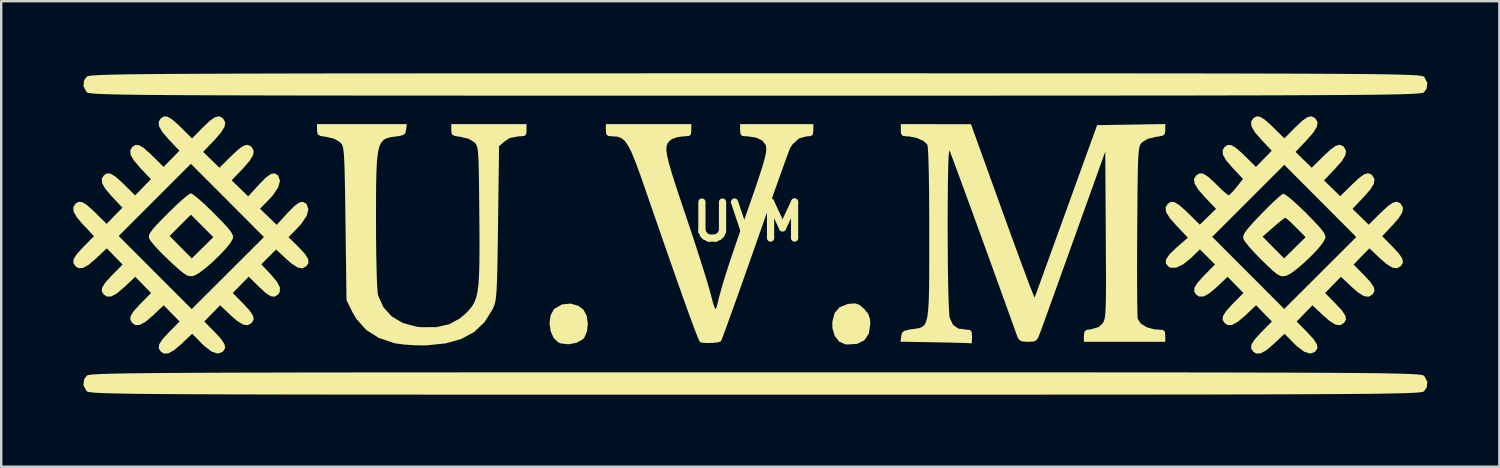
<source format=kicad_pcb>
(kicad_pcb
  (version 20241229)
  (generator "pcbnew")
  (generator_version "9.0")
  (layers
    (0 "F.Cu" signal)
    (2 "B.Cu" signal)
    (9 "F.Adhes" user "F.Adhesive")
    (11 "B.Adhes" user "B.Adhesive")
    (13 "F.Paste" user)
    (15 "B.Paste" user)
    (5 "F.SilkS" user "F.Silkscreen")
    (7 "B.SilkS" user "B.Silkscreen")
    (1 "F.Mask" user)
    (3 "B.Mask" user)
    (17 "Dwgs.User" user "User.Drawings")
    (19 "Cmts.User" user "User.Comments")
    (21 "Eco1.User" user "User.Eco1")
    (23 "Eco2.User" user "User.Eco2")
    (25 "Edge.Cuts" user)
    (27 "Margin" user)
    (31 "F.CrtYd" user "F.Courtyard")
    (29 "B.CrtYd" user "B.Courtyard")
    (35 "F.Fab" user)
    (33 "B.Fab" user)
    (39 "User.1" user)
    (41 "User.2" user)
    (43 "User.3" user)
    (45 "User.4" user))
  (footprint "UVM"
    (layer "F.Cu")
    (at 28.094 6.181)
    (property "Reference" "UVM" (at 0 0 0) (layer "F.SilkS") (effects (font (size 1.5 1.5) (thickness 0.3))))
    (attr board_only exclude_from_pos_files exclude_from_bom)
    (fp_poly (pts (xy -7.074 3.497) (xy -6.86 3.658) (xy -6.728 3.902) (xy -6.678 4.221) (xy -6.708 4.547) (xy -6.817 4.814) (xy -6.879 4.886) (xy -7.149 5.037) (xy -7.487 5.099) (xy -7.811 5.061) (xy -7.907 5.021) (xy -8.106 4.83) (xy -8.229 4.541) (xy -8.272 4.209) (xy -8.226 3.89) (xy -8.087 3.64) (xy -8.063 3.617) (xy -7.756 3.443) (xy -7.409 3.403)) (stroke (width 0) (type solid)) (fill yes) (layer "F.SilkS"))
    (fp_poly (pts (xy 4.632 3.459) (xy 4.822 3.624) (xy 4.996 3.835) (xy 5.069 4.058) (xy 5.08 4.264) (xy 5.018 4.655) (xy 4.834 4.929) (xy 4.535 5.081) (xy 4.126 5.108) (xy 4.038 5.099) (xy 3.784 4.987) (xy 3.599 4.75) (xy 3.502 4.425) (xy 3.5 4.16) (xy 3.596 3.795) (xy 3.803 3.554) (xy 4.134 3.425) (xy 4.217 3.412) (xy 4.459 3.398)) (stroke (width 0) (type solid)) (fill yes) (layer "F.SilkS"))
    (fp_poly (pts (xy -23.094 -1.128) (xy -22.898 -0.971) (xy -22.635 -0.735) (xy -22.331 -0.444) (xy -22.233 -0.347) (xy -21.894 -0.001) (xy -21.662 0.25) (xy -21.521 0.431) (xy -21.453 0.561) (xy -21.443 0.663) (xy -21.449 0.69) (xy -21.544 0.868) (xy -21.742 1.114) (xy -22.007 1.397) (xy -22.306 1.684) (xy -22.605 1.943) (xy -22.87 2.14) (xy -23.066 2.245) (xy -23.09 2.252) (xy -23.213 2.266) (xy -23.33 2.244) (xy -23.469 2.168) (xy -23.658 2.019) (xy -23.924 1.78) (xy -24.119 1.597) (xy -24.419 1.306) (xy -24.674 1.037) (xy -24.856 0.822) (xy -24.938 0.69) (xy -24.948 0.595) (xy -24.947 0.591) (xy -24.084 0.591) (xy -23.623 1.058) (xy -23.162 1.524) (xy -22.714 1.082) (xy -22.265 0.639) (xy -22.732 0.172) (xy -23.199 -0.294) (xy -23.641 0.148) (xy -24.084 0.591) (xy -24.947 0.591) (xy -24.91 0.484) (xy -24.807 0.334) (xy -24.622 0.123) (xy -24.338 -0.171) (xy -24.164 -0.347) (xy -23.852 -0.651) (xy -23.574 -0.906) (xy -23.355 -1.089) (xy -23.219 -1.18) (xy -23.199 -1.185)) (stroke (width 0) (type solid)) (fill yes) (layer "F.SilkS"))
    (fp_poly (pts (xy 22.37 -1.118) (xy 22.565 -0.968) (xy 22.826 -0.739) (xy 23.129 -0.451) (xy 23.231 -0.35) (xy 23.571 -0.003) (xy 23.803 0.249) (xy 23.945 0.43) (xy 24.012 0.56) (xy 24.023 0.663) (xy 24.017 0.69) (xy 23.921 0.869) (xy 23.723 1.116) (xy 23.457 1.399) (xy 23.157 1.686) (xy 22.858 1.945) (xy 22.593 2.142) (xy 22.396 2.246) (xy 22.374 2.252) (xy 22.249 2.268) (xy 22.133 2.247) (xy 21.998 2.17) (xy 21.816 2.021) (xy 21.559 1.779) (xy 21.376 1.601) (xy 21.087 1.307) (xy 20.844 1.037) (xy 20.674 0.823) (xy 20.604 0.699) (xy 20.602 0.617) (xy 21.408 0.617) (xy 21.856 1.071) (xy 22.304 1.524) (xy 22.751 1.083) (xy 23.199 0.641) (xy 22.8 0.236) (xy 22.592 0.031) (xy 22.431 -0.114) (xy 22.354 -0.169) (xy 22.271 -0.118) (xy 22.099 0.018) (xy 21.873 0.21) (xy 21.857 0.224) (xy 21.408 0.617) (xy 20.602 0.617) (xy 20.602 0.598) (xy 20.656 0.471) (xy 20.782 0.296) (xy 20.997 0.051) (xy 21.316 -0.288) (xy 21.347 -0.32) (xy 21.649 -0.626) (xy 21.918 -0.883) (xy 22.128 -1.07) (xy 22.253 -1.162) (xy 22.267 -1.167)) (stroke (width 0) (type solid)) (fill yes) (layer "F.SilkS"))
    (fp_poly (pts (xy -2.371 -3.81) (xy -2.385 -3.644) (xy -2.462 -3.572) (xy -2.652 -3.556) (xy -2.69 -3.556) (xy -2.954 -3.523) (xy -3.171 -3.442) (xy -3.189 -3.431) (xy -3.29 -3.35) (xy -3.362 -3.257) (xy -3.402 -3.135) (xy -3.407 -2.967) (xy -3.373 -2.735) (xy -3.298 -2.423) (xy -3.179 -2.013) (xy -3.012 -1.488) (xy -2.794 -0.832) (xy -2.623 -0.325) (xy -2.4 0.341) (xy -2.185 0.993) (xy -1.988 1.605) (xy -1.816 2.148) (xy -1.68 2.595) (xy -1.587 2.918) (xy -1.568 2.989) (xy -1.476 3.342) (xy -1.412 3.549) (xy -1.368 3.628) (xy -1.334 3.599) (xy -1.308 3.514) (xy -1.212 3.132) (xy -1.109 2.756) (xy -0.991 2.358) (xy -0.85 1.912) (xy -0.678 1.393) (xy -0.466 0.772) (xy -0.205 0.026) (xy -0.142 -0.155) (xy 0.12 -0.901) (xy 0.328 -1.504) (xy 0.488 -1.984) (xy 0.606 -2.356) (xy 0.685 -2.638) (xy 0.732 -2.847) (xy 0.75 -3) (xy 0.745 -3.116) (xy 0.726 -3.197) (xy 0.587 -3.378) (xy 0.325 -3.504) (xy -0.017 -3.556) (xy -0.046 -3.556) (xy -0.244 -3.571) (xy -0.324 -3.645) (xy -0.339 -3.81) (xy -0.339 -4.064) (xy 1.185 -4.064) (xy 2.709 -4.064) (xy 2.709 -3.81) (xy 2.691 -3.636) (xy 2.603 -3.567) (xy 2.428 -3.556) (xy 2.121 -3.474) (xy 1.852 -3.234) (xy 1.74 -3.065) (xy 1.701 -2.965) (xy 1.611 -2.721) (xy 1.476 -2.349) (xy 1.303 -1.865) (xy 1.096 -1.284) (xy 0.862 -0.622) (xy 0.606 0.104) (xy 0.333 0.88) (xy 0.297 0.984) (xy 0.023 1.763) (xy -0.235 2.493) (xy -0.471 3.158) (xy -0.681 3.743) (xy -0.857 4.233) (xy -0.996 4.611) (xy -1.09 4.863) (xy -1.136 4.973) (xy -1.138 4.976) (xy -1.258 5.016) (xy -1.476 5.041) (xy -1.722 5.047) (xy -1.926 5.032) (xy -2.006 5.008) (xy -2.052 4.925) (xy -2.143 4.707) (xy -2.28 4.351) (xy -2.463 3.854) (xy -2.693 3.213) (xy -2.973 2.424) (xy -3.302 1.485) (xy -3.682 0.393) (xy -4.115 -0.855) (xy -4.287 -1.355) (xy -4.517 -2.012) (xy -4.707 -2.524) (xy -4.868 -2.911) (xy -5.011 -3.188) (xy -5.146 -3.373) (xy -5.284 -3.485) (xy -5.436 -3.54) (xy -5.612 -3.556) (xy -5.635 -3.556) (xy -5.832 -3.571) (xy -5.912 -3.645) (xy -5.927 -3.81) (xy -5.927 -4.064) (xy -4.149 -4.064) (xy -2.371 -4.064)) (stroke (width 0) (type solid)) (fill yes) (layer "F.SilkS"))
    (fp_poly (pts (xy -14.24 -3.831) (xy -14.276 -3.684) (xy -14.372 -3.606) (xy -14.578 -3.562) (xy -14.647 -3.554) (xy -14.858 -3.526) (xy -15.03 -3.485) (xy -15.168 -3.416) (xy -15.275 -3.302) (xy -15.356 -3.129) (xy -15.414 -2.879) (xy -15.453 -2.538) (xy -15.476 -2.089) (xy -15.489 -1.517) (xy -15.493 -0.806) (xy -15.494 -0.024) (xy -15.491 0.708) (xy -15.483 1.377) (xy -15.471 1.963) (xy -15.456 2.445) (xy -15.437 2.805) (xy -15.416 3.021) (xy -15.408 3.058) (xy -15.19 3.55) (xy -14.843 3.937) (xy -14.38 4.212) (xy -13.812 4.366) (xy -13.604 4.388) (xy -12.976 4.384) (xy -12.454 4.266) (xy -12.007 4.025) (xy -11.769 3.823) (xy -11.62 3.672) (xy -11.498 3.522) (xy -11.401 3.357) (xy -11.325 3.158) (xy -11.268 2.908) (xy -11.228 2.588) (xy -11.203 2.182) (xy -11.19 1.671) (xy -11.186 1.038) (xy -11.189 0.265) (xy -11.194 -0.324) (xy -11.201 -1.087) (xy -11.208 -1.699) (xy -11.216 -2.178) (xy -11.227 -2.542) (xy -11.242 -2.809) (xy -11.261 -2.997) (xy -11.287 -3.125) (xy -11.321 -3.21) (xy -11.363 -3.271) (xy -11.399 -3.309) (xy -11.64 -3.454) (xy -11.971 -3.534) (xy -12.209 -3.57) (xy -12.324 -3.628) (xy -12.359 -3.742) (xy -12.361 -3.821) (xy -12.361 -4.064) (xy -10.795 -4.064) (xy -9.229 -4.064) (xy -9.229 -3.81) (xy -9.242 -3.646) (xy -9.316 -3.574) (xy -9.498 -3.556) (xy -9.563 -3.556) (xy -9.919 -3.489) (xy -10.134 -3.352) (xy -10.372 -3.148) (xy -10.414 0.056) (xy -10.425 0.88) (xy -10.436 1.552) (xy -10.447 2.091) (xy -10.46 2.514) (xy -10.475 2.839) (xy -10.494 3.084) (xy -10.518 3.268) (xy -10.548 3.407) (xy -10.586 3.519) (xy -10.632 3.623) (xy -10.64 3.641) (xy -10.971 4.171) (xy -11.402 4.581) (xy -11.94 4.877) (xy -12.596 5.062) (xy -13.378 5.142) (xy -13.504 5.145) (xy -13.918 5.138) (xy -14.331 5.109) (xy -14.67 5.064) (xy -14.732 5.051) (xy -15.377 4.834) (xy -15.899 4.503) (xy -16.304 4.054) (xy -16.484 3.743) (xy -16.722 3.26) (xy -16.764 0.066) (xy -16.775 -0.754) (xy -16.785 -1.421) (xy -16.796 -1.953) (xy -16.808 -2.365) (xy -16.822 -2.676) (xy -16.839 -2.902) (xy -16.862 -3.059) (xy -16.89 -3.165) (xy -16.925 -3.236) (xy -16.968 -3.29) (xy -16.987 -3.309) (xy -17.227 -3.454) (xy -17.559 -3.534) (xy -17.797 -3.57) (xy -17.912 -3.628) (xy -17.947 -3.742) (xy -17.949 -3.821) (xy -17.949 -4.064) (xy -16.081 -4.064) (xy -14.213 -4.064)) (stroke (width 0) (type solid)) (fill yes) (layer "F.SilkS"))
    (fp_poly (pts (xy 2.881 -6.181) (xy 5.287 -6.181) (xy 7.535 -6.18) (xy 9.63 -6.18) (xy 11.577 -6.18) (xy 13.382 -6.179) (xy 15.05 -6.178) (xy 16.587 -6.177) (xy 17.997 -6.176) (xy 19.287 -6.174) (xy 20.463 -6.172) (xy 21.528 -6.169) (xy 22.489 -6.167) (xy 23.352 -6.163) (xy 24.121 -6.16) (xy 24.802 -6.155) (xy 25.4 -6.151) (xy 25.921 -6.146) (xy 26.371 -6.14) (xy 26.754 -6.133) (xy 27.077 -6.126) (xy 27.344 -6.118) (xy 27.561 -6.11) (xy 27.734 -6.101) (xy 27.867 -6.091) (xy 27.966 -6.08) (xy 28.038 -6.069) (xy 28.086 -6.056) (xy 28.117 -6.043) (xy 28.136 -6.029) (xy 28.139 -6.026) (xy 28.265 -5.784) (xy 28.235 -5.539) (xy 28.124 -5.389) (xy 28.101 -5.376) (xy 28.059 -5.364) (xy 27.993 -5.353) (xy 27.897 -5.342) (xy 27.766 -5.332) (xy 27.594 -5.323) (xy 27.376 -5.315) (xy 27.107 -5.307) (xy 26.78 -5.3) (xy 26.392 -5.293) (xy 25.936 -5.287) (xy 25.408 -5.282) (xy 24.8 -5.277) (xy 24.11 -5.273) (xy 23.33 -5.269) (xy 22.456 -5.265) (xy 21.482 -5.262) (xy 20.402 -5.26) (xy 19.212 -5.257) (xy 17.906 -5.255) (xy 16.479 -5.254) (xy 14.925 -5.253) (xy 13.239 -5.252) (xy 11.415 -5.251) (xy 9.449 -5.25) (xy 7.334 -5.25) (xy 5.065 -5.25) (xy 2.638 -5.249) (xy 0.282 -5.249) (xy -2.289 -5.249) (xy -4.695 -5.249) (xy -6.943 -5.25) (xy -9.037 -5.25) (xy -10.984 -5.25) (xy -12.789 -5.251) (xy -14.457 -5.252) (xy -15.994 -5.253) (xy -17.405 -5.254) (xy -18.695 -5.256) (xy -19.87 -5.258) (xy -20.935 -5.261) (xy -21.897 -5.263) (xy -22.759 -5.267) (xy -23.528 -5.27) (xy -24.209 -5.275) (xy -24.807 -5.279) (xy -25.329 -5.284) (xy -25.778 -5.29) (xy -26.162 -5.297) (xy -26.484 -5.304) (xy -26.751 -5.312) (xy -26.968 -5.32) (xy -27.141 -5.329) (xy -27.274 -5.339) (xy -27.374 -5.35) (xy -27.445 -5.361) (xy -27.493 -5.374) (xy -27.524 -5.387) (xy -27.543 -5.401) (xy -27.546 -5.404) (xy -27.672 -5.646) (xy -27.643 -5.891) (xy -27.531 -6.041) (xy -27.509 -6.054) (xy -27.467 -6.066) (xy -27.401 -6.077) (xy -27.305 -6.088) (xy -27.173 -6.098) (xy -27.001 -6.107) (xy -26.783 -6.115) (xy -26.514 -6.123) (xy -26.188 -6.13) (xy -25.799 -6.137) (xy -25.344 -6.143) (xy -24.815 -6.148) (xy -24.208 -6.153) (xy -23.517 -6.157) (xy -22.737 -6.161) (xy -21.863 -6.165) (xy -20.889 -6.168) (xy -19.81 -6.17) (xy -18.62 -6.173) (xy -17.314 -6.175) (xy -15.886 -6.176) (xy -14.332 -6.177) (xy -12.646 -6.178) (xy -10.822 -6.179) (xy -8.856 -6.18) (xy -6.741 -6.18) (xy -4.473 -6.18) (xy -2.045 -6.181) (xy 0.311 -6.181)) (stroke (width 0) (type solid)) (fill yes) (layer "F.SilkS"))
    (fp_poly (pts (xy 2.881 6.265) (xy 5.287 6.265) (xy 7.535 6.266) (xy 9.63 6.266) (xy 11.577 6.266) (xy 13.382 6.267) (xy 15.05 6.268) (xy 16.587 6.269) (xy 17.997 6.27) (xy 19.287 6.272) (xy 20.463 6.274) (xy 21.528 6.277) (xy 22.489 6.279) (xy 23.352 6.283) (xy 24.121 6.286) (xy 24.802 6.291) (xy 25.4 6.295) (xy 25.921 6.3) (xy 26.371 6.306) (xy 26.754 6.313) (xy 27.077 6.32) (xy 27.344 6.328) (xy 27.561 6.336) (xy 27.734 6.345) (xy 27.867 6.355) (xy 27.966 6.366) (xy 28.038 6.377) (xy 28.086 6.39) (xy 28.117 6.403) (xy 28.136 6.417) (xy 28.139 6.42) (xy 28.265 6.662) (xy 28.235 6.907) (xy 28.124 7.057) (xy 28.101 7.07) (xy 28.059 7.082) (xy 27.993 7.093) (xy 27.897 7.104) (xy 27.766 7.114) (xy 27.594 7.123) (xy 27.376 7.131) (xy 27.107 7.139) (xy 26.78 7.146) (xy 26.392 7.153) (xy 25.936 7.159) (xy 25.408 7.164) (xy 24.8 7.169) (xy 24.11 7.173) (xy 23.33 7.177) (xy 22.456 7.181) (xy 21.482 7.184) (xy 20.402 7.186) (xy 19.212 7.189) (xy 17.906 7.191) (xy 16.479 7.192) (xy 14.925 7.193) (xy 13.239 7.194) (xy 11.415 7.195) (xy 9.449 7.196) (xy 7.334 7.196) (xy 5.065 7.197) (xy 2.638 7.197) (xy 0.282 7.197) (xy -2.289 7.197) (xy -4.695 7.197) (xy -6.943 7.196) (xy -9.037 7.196) (xy -10.984 7.196) (xy -12.789 7.195) (xy -14.457 7.194) (xy -15.994 7.193) (xy -17.405 7.192) (xy -18.695 7.19) (xy -19.87 7.188) (xy -20.935 7.185) (xy -21.897 7.183) (xy -22.759 7.179) (xy -23.528 7.176) (xy -24.209 7.171) (xy -24.807 7.167) (xy -25.329 7.162) (xy -25.778 7.156) (xy -26.162 7.149) (xy -26.484 7.142) (xy -26.751 7.134) (xy -26.968 7.126) (xy -27.141 7.117) (xy -27.274 7.107) (xy -27.374 7.096) (xy -27.445 7.085) (xy -27.493 7.072) (xy -27.524 7.059) (xy -27.543 7.045) (xy -27.546 7.042) (xy -27.672 6.8) (xy -27.643 6.555) (xy -27.531 6.405) (xy -27.509 6.392) (xy -27.467 6.38) (xy -27.401 6.369) (xy -27.305 6.358) (xy -27.173 6.348) (xy -27.001 6.339) (xy -26.783 6.331) (xy -26.514 6.323) (xy -26.188 6.316) (xy -25.799 6.309) (xy -25.344 6.303) (xy -24.815 6.298) (xy -24.208 6.293) (xy -23.517 6.289) (xy -22.737 6.285) (xy -21.863 6.281) (xy -20.889 6.278) (xy -19.81 6.276) (xy -18.62 6.273) (xy -17.314 6.271) (xy -15.886 6.27) (xy -14.332 6.269) (xy -12.646 6.268) (xy -10.822 6.267) (xy -8.856 6.266) (xy -6.741 6.266) (xy -4.473 6.266) (xy -2.045 6.265) (xy 0.311 6.265)) (stroke (width 0) (type solid)) (fill yes) (layer "F.SilkS"))
    (fp_poly (pts (xy 17.357 -3.823) (xy 17.343 -3.672) (xy 17.27 -3.592) (xy 17.095 -3.55) (xy 16.966 -3.534) (xy 16.629 -3.452) (xy 16.395 -3.309) (xy 16.35 -3.261) (xy 16.313 -3.202) (xy 16.284 -3.118) (xy 16.26 -2.991) (xy 16.241 -2.807) (xy 16.227 -2.548) (xy 16.216 -2.2) (xy 16.208 -1.745) (xy 16.201 -1.168) (xy 16.195 -0.453) (xy 16.189 0.362) (xy 16.185 1.121) (xy 16.183 1.833) (xy 16.184 2.477) (xy 16.187 3.036) (xy 16.192 3.49) (xy 16.199 3.821) (xy 16.207 4.009) (xy 16.212 4.041) (xy 16.339 4.236) (xy 16.586 4.39) (xy 16.903 4.477) (xy 17.056 4.487) (xy 17.257 4.501) (xy 17.34 4.571) (xy 17.357 4.74) (xy 17.357 4.741) (xy 17.357 4.995) (xy 15.663 4.995) (xy 13.97 4.995) (xy 13.97 4.746) (xy 13.988 4.579) (xy 14.077 4.502) (xy 14.279 4.471) (xy 14.584 4.382) (xy 14.746 4.233) (xy 14.785 4.172) (xy 14.817 4.095) (xy 14.842 3.984) (xy 14.861 3.825) (xy 14.875 3.599) (xy 14.884 3.293) (xy 14.888 2.888) (xy 14.89 2.369) (xy 14.888 1.72) (xy 14.883 0.925) (xy 14.881 0.551) (xy 14.859 -2.919) (xy 13.598 0.594) (xy 13.329 1.345) (xy 13.071 2.061) (xy 12.833 2.725) (xy 12.62 3.315) (xy 12.44 3.815) (xy 12.3 4.204) (xy 12.206 4.464) (xy 12.174 4.551) (xy 12.076 4.803) (xy 11.989 4.936) (xy 11.867 4.987) (xy 11.664 4.995) (xy 11.644 4.995) (xy 11.406 4.982) (xy 11.277 4.921) (xy 11.201 4.782) (xy 11.194 4.763) (xy 10.908 3.967) (xy 10.612 3.146) (xy 10.313 2.318) (xy 10.016 1.497) (xy 9.726 0.699) (xy 9.45 -0.06) (xy 9.193 -0.764) (xy 8.961 -1.398) (xy 8.759 -1.946) (xy 8.594 -2.392) (xy 8.471 -2.72) (xy 8.396 -2.915) (xy 8.376 -2.963) (xy 8.356 -2.918) (xy 8.34 -2.724) (xy 8.327 -2.402) (xy 8.316 -1.973) (xy 8.308 -1.457) (xy 8.303 -0.875) (xy 8.3 -0.248) (xy 8.3 0.403) (xy 8.303 1.059) (xy 8.308 1.697) (xy 8.316 2.298) (xy 8.326 2.84) (xy 8.339 3.304) (xy 8.355 3.668) (xy 8.372 3.912) (xy 8.386 4) (xy 8.521 4.288) (xy 8.744 4.444) (xy 9.054 4.487) (xy 9.228 4.503) (xy 9.3 4.586) (xy 9.313 4.784) (xy 9.308 4.974) (xy 9.295 5.061) (xy 9.292 5.061) (xy 9.205 5.053) (xy 8.976 5.044) (xy 8.633 5.034) (xy 8.205 5.024) (xy 7.805 5.017) (xy 6.339 4.991) (xy 6.366 4.761) (xy 6.4 4.62) (xy 6.492 4.54) (xy 6.687 4.49) (xy 6.812 4.471) (xy 6.981 4.448) (xy 7.121 4.422) (xy 7.235 4.378) (xy 7.326 4.301) (xy 7.396 4.176) (xy 7.448 3.989) (xy 7.485 3.724) (xy 7.509 3.368) (xy 7.524 2.906) (xy 7.531 2.322) (xy 7.533 1.602) (xy 7.533 0.731) (xy 7.533 0.481) (xy 7.532 -0.404) (xy 7.527 -1.19) (xy 7.518 -1.865) (xy 7.505 -2.417) (xy 7.49 -2.834) (xy 7.472 -3.104) (xy 7.452 -3.214) (xy 7.293 -3.365) (xy 7.024 -3.485) (xy 6.706 -3.551) (xy 6.591 -3.556) (xy 6.42 -3.579) (xy 6.357 -3.682) (xy 6.35 -3.81) (xy 6.35 -4.064) (xy 7.811 -4.063) (xy 9.271 -4.061) (xy 10.583 -0.423) (xy 10.852 0.319) (xy 11.103 1.007) (xy 11.331 1.627) (xy 11.53 2.162) (xy 11.694 2.597) (xy 11.818 2.917) (xy 11.896 3.106) (xy 11.921 3.153) (xy 11.954 3.063) (xy 12.039 2.83) (xy 12.17 2.47) (xy 12.34 2) (xy 12.544 1.436) (xy 12.777 0.795) (xy 13.031 0.092) (xy 13.233 -0.466) (xy 14.52 -4.022) (xy 15.938 -4.045) (xy 17.357 -4.068)) (stroke (width 0) (type solid)) (fill yes) (layer "F.SilkS"))
    (fp_poly (pts (xy -21.88 -4.319) (xy -21.861 -4.301) (xy -21.771 -4.147) (xy -21.796 -3.959) (xy -21.944 -3.716) (xy -22.222 -3.397) (xy -22.223 -3.396) (xy -22.687 -2.909) (xy -22.35 -2.58) (xy -22.012 -2.25) (xy -21.523 -2.734) (xy -21.228 -3.009) (xy -21.012 -3.163) (xy -20.849 -3.207) (xy -20.716 -3.152) (xy -20.676 -3.116) (xy -20.586 -2.962) (xy -20.611 -2.773) (xy -20.758 -2.53) (xy -21.037 -2.212) (xy -21.038 -2.21) (xy -21.502 -1.724) (xy -21.157 -1.391) (xy -20.813 -1.058) (xy -20.367 -1.545) (xy -20.089 -1.829) (xy -19.882 -1.983) (xy -19.725 -2.019) (xy -19.594 -1.945) (xy -19.559 -1.906) (xy -19.491 -1.698) (xy -19.568 -1.426) (xy -19.786 -1.103) (xy -19.945 -0.928) (xy -20.321 -0.543) (xy -19.974 -0.208) (xy -19.627 0.127) (xy -19.182 -0.36) (xy -18.903 -0.644) (xy -18.697 -0.798) (xy -18.54 -0.833) (xy -18.409 -0.759) (xy -18.374 -0.721) (xy -18.306 -0.513) (xy -18.383 -0.241) (xy -18.601 0.082) (xy -18.759 0.257) (xy -19.135 0.641) (xy -18.711 1.058) (xy -18.449 1.34) (xy -18.317 1.551) (xy -18.305 1.716) (xy -18.39 1.846) (xy -18.552 1.937) (xy -18.752 1.904) (xy -19.01 1.74) (xy -19.227 1.551) (xy -19.651 1.154) (xy -19.959 1.462) (xy -20.266 1.77) (xy -19.87 2.193) (xy -19.613 2.501) (xy -19.492 2.738) (xy -19.5 2.924) (xy -19.575 3.031) (xy -19.712 3.117) (xy -19.872 3.1) (xy -20.08 2.967) (xy -20.363 2.709) (xy -20.363 2.709) (xy -20.792 2.285) (xy -21.124 2.625) (xy -21.456 2.964) (xy -21.015 3.411) (xy -20.752 3.697) (xy -20.613 3.908) (xy -20.587 4.068) (xy -20.663 4.204) (xy -20.676 4.216) (xy -20.836 4.307) (xy -21.032 4.277) (xy -21.284 4.118) (xy -21.538 3.897) (xy -21.983 3.475) (xy -22.312 3.813) (xy -22.641 4.15) (xy -22.2 4.596) (xy -21.934 4.888) (xy -21.796 5.103) (xy -21.776 5.266) (xy -21.865 5.401) (xy -21.885 5.418) (xy -22.08 5.487) (xy -22.326 5.409) (xy -22.63 5.179) (xy -22.77 5.044) (xy -23.145 4.661) (xy -23.59 5.082) (xy -23.901 5.348) (xy -24.141 5.479) (xy -24.328 5.483) (xy -24.452 5.402) (xy -24.537 5.267) (xy -24.522 5.11) (xy -24.394 4.906) (xy -24.143 4.628) (xy -24.112 4.596) (xy -23.671 4.15) (xy -24 3.813) (xy -24.33 3.475) (xy -24.775 3.897) (xy -25.087 4.162) (xy -25.326 4.294) (xy -25.513 4.298) (xy -25.637 4.216) (xy -25.723 4.081) (xy -25.707 3.925) (xy -25.579 3.72) (xy -25.328 3.442) (xy -25.298 3.411) (xy -24.857 2.964) (xy -25.186 2.627) (xy -25.515 2.29) (xy -25.96 2.711) (xy -26.272 2.977) (xy -26.511 3.108) (xy -26.698 3.113) (xy -26.822 3.031) (xy -26.908 2.896) (xy -26.892 2.739) (xy -26.765 2.535) (xy -26.514 2.257) (xy -26.483 2.226) (xy -26.042 1.779) (xy -26.371 1.442) (xy -26.7 1.105) (xy -27.146 1.526) (xy -27.457 1.792) (xy -27.696 1.923) (xy -27.883 1.927) (xy -28.008 1.846) (xy -28.094 1.71) (xy -28.078 1.553) (xy -27.949 1.348) (xy -27.697 1.07) (xy -27.671 1.043) (xy -27.232 0.599) (xy -27.239 0.592) (xy -26.203 0.592) (xy -24.684 2.113) (xy -23.164 3.634) (xy -21.661 2.135) (xy -20.158 0.635) (xy -21.678 -0.889) (xy -23.199 -2.412) (xy -24.701 -0.91) (xy -26.203 0.592) (xy -27.239 0.592) (xy -27.671 0.135) (xy -27.941 -0.18) (xy -28.08 -0.42) (xy -28.093 -0.607) (xy -28.008 -0.745) (xy -27.876 -0.83) (xy -27.723 -0.817) (xy -27.524 -0.695) (xy -27.252 -0.453) (xy -27.177 -0.38) (xy -26.706 0.086) (xy -26.377 -0.251) (xy -26.048 -0.588) (xy -26.486 -1.051) (xy -26.756 -1.365) (xy -26.894 -1.606) (xy -26.908 -1.793) (xy -26.822 -1.93) (xy -26.691 -2.015) (xy -26.538 -2.002) (xy -26.338 -1.88) (xy -26.066 -1.638) (xy -25.992 -1.566) (xy -25.521 -1.099) (xy -25.192 -1.436) (xy -24.863 -1.773) (xy -25.301 -2.236) (xy -25.571 -2.551) (xy -25.709 -2.791) (xy -25.723 -2.978) (xy -25.637 -3.116) (xy -25.505 -3.2) (xy -25.352 -3.187) (xy -25.153 -3.066) (xy -24.881 -2.824) (xy -24.807 -2.751) (xy -24.335 -2.284) (xy -24.006 -2.621) (xy -23.677 -2.958) (xy -24.115 -3.421) (xy -24.386 -3.736) (xy -24.524 -3.977) (xy -24.537 -4.164) (xy -24.452 -4.301) (xy -24.32 -4.386) (xy -24.167 -4.373) (xy -23.967 -4.251) (xy -23.695 -4.009) (xy -23.622 -3.937) (xy -23.151 -3.471) (xy -22.691 -3.937) (xy -22.4 -4.211) (xy -22.184 -4.359) (xy -22.019 -4.391)) (stroke (width 0) (type solid)) (fill yes) (layer "F.SilkS"))
    (fp_poly (pts (xy 23.586 -4.319) (xy 23.605 -4.301) (xy 23.695 -4.147) (xy 23.67 -3.959) (xy 23.522 -3.716) (xy 23.244 -3.397) (xy 23.243 -3.396) (xy 22.779 -2.909) (xy 23.116 -2.58) (xy 23.454 -2.25) (xy 23.943 -2.734) (xy 24.238 -3.009) (xy 24.454 -3.163) (xy 24.617 -3.207) (xy 24.75 -3.152) (xy 24.79 -3.116) (xy 24.88 -2.962) (xy 24.855 -2.773) (xy 24.708 -2.53) (xy 24.429 -2.212) (xy 24.428 -2.21) (xy 23.964 -1.724) (xy 24.302 -1.395) (xy 24.639 -1.065) (xy 25.128 -1.548) (xy 25.424 -1.824) (xy 25.64 -1.978) (xy 25.802 -2.022) (xy 25.935 -1.967) (xy 25.976 -1.93) (xy 26.065 -1.776) (xy 26.04 -1.588) (xy 25.893 -1.345) (xy 25.615 -1.026) (xy 25.613 -1.025) (xy 25.15 -0.539) (xy 25.487 -0.209) (xy 25.825 0.12) (xy 26.313 -0.363) (xy 26.609 -0.639) (xy 26.825 -0.793) (xy 26.987 -0.836) (xy 27.121 -0.781) (xy 27.161 -0.745) (xy 27.251 -0.588) (xy 27.224 -0.396) (xy 27.071 -0.149) (xy 26.824 0.135) (xy 26.386 0.599) (xy 26.824 1.043) (xy 27.087 1.329) (xy 27.225 1.539) (xy 27.249 1.699) (xy 27.172 1.835) (xy 27.161 1.846) (xy 27.001 1.936) (xy 26.805 1.906) (xy 26.552 1.748) (xy 26.299 1.526) (xy 25.854 1.105) (xy 25.524 1.442) (xy 25.195 1.779) (xy 25.636 2.226) (xy 25.9 2.512) (xy 26.039 2.722) (xy 26.064 2.883) (xy 25.988 3.018) (xy 25.976 3.031) (xy 25.816 3.122) (xy 25.62 3.092) (xy 25.367 2.933) (xy 25.114 2.711) (xy 24.668 2.29) (xy 24.339 2.627) (xy 24.01 2.964) (xy 24.451 3.411) (xy 24.714 3.697) (xy 24.853 3.908) (xy 24.879 4.068) (xy 24.803 4.204) (xy 24.79 4.216) (xy 24.63 4.307) (xy 24.434 4.277) (xy 24.182 4.118) (xy 23.928 3.897) (xy 23.483 3.475) (xy 23.154 3.813) (xy 22.825 4.15) (xy 23.266 4.596) (xy 23.532 4.888) (xy 23.67 5.103) (xy 23.69 5.266) (xy 23.601 5.401) (xy 23.581 5.418) (xy 23.386 5.487) (xy 23.14 5.409) (xy 22.836 5.179) (xy 22.696 5.044) (xy 22.321 4.661) (xy 21.876 5.082) (xy 21.565 5.348) (xy 21.325 5.479) (xy 21.138 5.483) (xy 21.014 5.402) (xy 20.929 5.267) (xy 20.944 5.11) (xy 21.072 4.906) (xy 21.323 4.628) (xy 21.354 4.596) (xy 21.795 4.15) (xy 21.466 3.813) (xy 21.136 3.475) (xy 20.691 3.897) (xy 20.379 4.162) (xy 20.14 4.294) (xy 19.953 4.298) (xy 19.829 4.216) (xy 19.743 4.081) (xy 19.759 3.925) (xy 19.887 3.72) (xy 20.138 3.442) (xy 20.168 3.411) (xy 20.609 2.964) (xy 20.28 2.627) (xy 19.951 2.29) (xy 19.506 2.711) (xy 19.194 2.977) (xy 18.955 3.108) (xy 18.768 3.113) (xy 18.644 3.031) (xy 18.558 2.896) (xy 18.573 2.74) (xy 18.701 2.536) (xy 18.951 2.258) (xy 18.984 2.224) (xy 19.427 1.777) (xy 19.112 1.462) (xy 18.798 1.148) (xy 18.437 1.5) (xy 18.105 1.772) (xy 17.811 1.911) (xy 17.571 1.912) (xy 17.483 1.862) (xy 17.377 1.723) (xy 17.39 1.562) (xy 17.53 1.358) (xy 17.806 1.09) (xy 17.828 1.07) (xy 18.297 0.659) (xy 18.265 0.626) (xy 19.311 0.626) (xy 20.81 2.127) (xy 22.308 3.628) (xy 23.808 2.131) (xy 25.307 0.635) (xy 23.809 -0.868) (xy 22.311 -2.371) (xy 20.811 -0.872) (xy 19.311 0.626) (xy 18.265 0.626) (xy 17.827 0.167) (xy 17.546 -0.154) (xy 17.396 -0.398) (xy 17.368 -0.586) (xy 17.453 -0.74) (xy 17.458 -0.745) (xy 17.588 -0.829) (xy 17.738 -0.818) (xy 17.934 -0.7) (xy 18.202 -0.464) (xy 18.306 -0.363) (xy 18.795 0.12) (xy 19.132 -0.209) (xy 19.47 -0.539) (xy 19.006 -1.025) (xy 18.727 -1.344) (xy 18.579 -1.587) (xy 18.554 -1.776) (xy 18.643 -1.93) (xy 18.644 -1.93) (xy 18.781 -2.017) (xy 18.941 -2) (xy 19.148 -1.869) (xy 19.427 -1.613) (xy 19.473 -1.566) (xy 19.699 -1.345) (xy 19.88 -1.181) (xy 19.984 -1.103) (xy 19.992 -1.101) (xy 20.074 -1.162) (xy 20.219 -1.317) (xy 20.322 -1.442) (xy 20.593 -1.784) (xy 20.16 -2.242) (xy 19.891 -2.555) (xy 19.755 -2.795) (xy 19.745 -2.982) (xy 19.829 -3.116) (xy 19.961 -3.2) (xy 20.114 -3.187) (xy 20.313 -3.066) (xy 20.585 -2.824) (xy 20.659 -2.751) (xy 21.131 -2.284) (xy 21.46 -2.621) (xy 21.789 -2.958) (xy 21.351 -3.421) (xy 21.08 -3.736) (xy 20.942 -3.977) (xy 20.929 -4.164) (xy 21.014 -4.301) (xy 21.146 -4.386) (xy 21.299 -4.373) (xy 21.499 -4.251) (xy 21.771 -4.009) (xy 21.844 -3.937) (xy 22.315 -3.471) (xy 22.775 -3.937) (xy 23.066 -4.211) (xy 23.282 -4.359) (xy 23.447 -4.391)) (stroke (width 0) (type solid)) (fill yes) (layer "F.SilkS")))
  (gr_rect
    (start -3 -3)
    (end 59.358 16.377)
    (stroke (width 0.1) (type default))
    (fill no)
    (layer "Edge.Cuts")))
</source>
